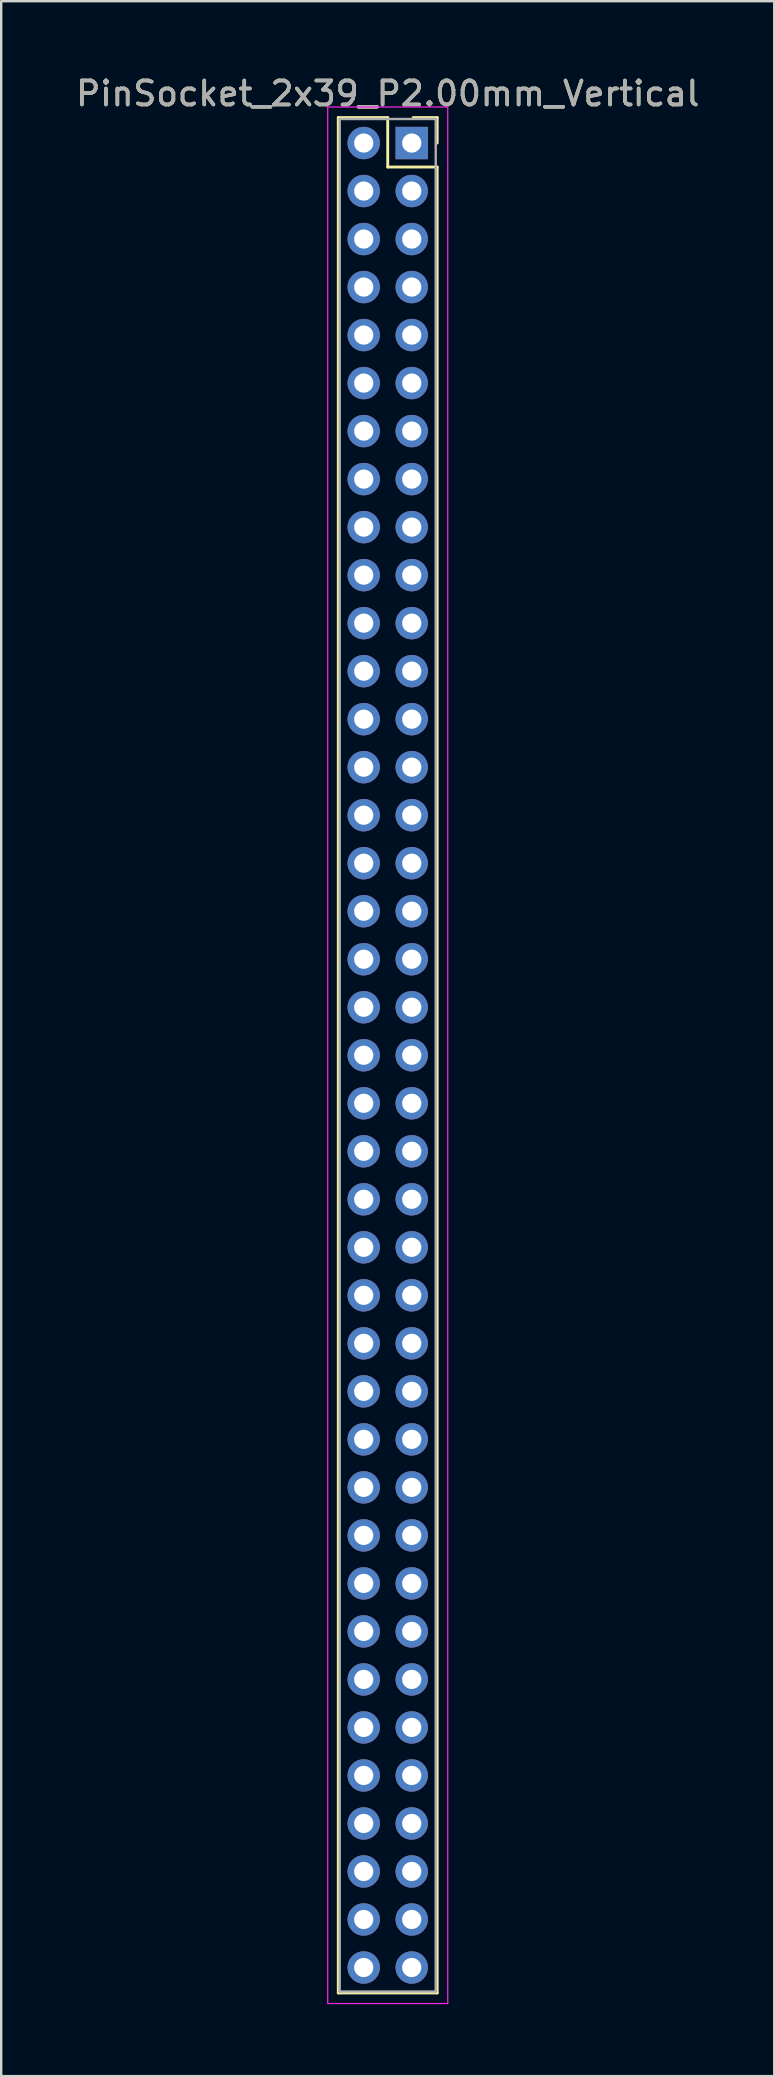
<source format=kicad_pcb>
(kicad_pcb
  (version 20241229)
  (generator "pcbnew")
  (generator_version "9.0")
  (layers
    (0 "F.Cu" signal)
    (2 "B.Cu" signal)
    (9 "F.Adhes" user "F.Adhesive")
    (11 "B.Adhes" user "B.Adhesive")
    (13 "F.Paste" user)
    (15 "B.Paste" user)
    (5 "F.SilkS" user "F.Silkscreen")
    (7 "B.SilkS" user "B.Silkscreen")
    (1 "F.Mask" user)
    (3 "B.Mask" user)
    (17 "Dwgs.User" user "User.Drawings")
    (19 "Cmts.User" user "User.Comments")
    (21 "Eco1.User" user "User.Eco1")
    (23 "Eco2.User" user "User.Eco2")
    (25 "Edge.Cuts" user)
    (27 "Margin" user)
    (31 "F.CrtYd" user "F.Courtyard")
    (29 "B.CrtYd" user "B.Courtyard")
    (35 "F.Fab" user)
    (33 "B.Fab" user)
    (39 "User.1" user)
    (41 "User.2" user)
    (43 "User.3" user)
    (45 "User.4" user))
  (footprint "PinSocket_2x39_P2.00mm_Vertical"
    (layer "F.Cu")
    (at 14.101 2.908)
    (property "Reference" "PinSocket_2x39_P2.00mm_Vertical" (at -1 -2.06 0) (layer "F.SilkS") (effects (font (size 1 1) (thickness 0.15))))
    (attr through_hole)
    (fp_line (start -3.06 -1.06) (end -1 -1.06) (stroke (width 0.12) (type solid)) (layer "F.SilkS"))
    (fp_line (start -3.06 77.06) (end -3.06 -1.06) (stroke (width 0.12) (type solid)) (layer "F.SilkS"))
    (fp_line (start -1 -1.06) (end -1 1) (stroke (width 0.12) (type solid)) (layer "F.SilkS"))
    (fp_line (start -1 1) (end 1.06 1) (stroke (width 0.12) (type solid)) (layer "F.SilkS"))
    (fp_line (start 1.06 -1.06) (end 0.06 -1.06) (stroke (width 0.12) (type solid)) (layer "F.SilkS"))
    (fp_line (start 1.06 0) (end 1.06 -1.06) (stroke (width 0.12) (type solid)) (layer "F.SilkS"))
    (fp_line (start 1.06 1) (end 1.06 77.06) (stroke (width 0.12) (type solid)) (layer "F.SilkS"))
    (fp_line (start 1.06 77.06) (end -3.06 77.06) (stroke (width 0.12) (type solid)) (layer "F.SilkS"))
    (fp_line (start -3.5 -1.5) (end -3.5 77.5) (stroke (width 0.05) (type solid)) (layer "F.CrtYd"))
    (fp_line (start -3.5 77.5) (end 1.5 77.5) (stroke (width 0.05) (type solid)) (layer "F.CrtYd"))
    (fp_line (start 1.5 -1.5) (end -3.5 -1.5) (stroke (width 0.05) (type solid)) (layer "F.CrtYd"))
    (fp_line (start 1.5 77.5) (end 1.5 -1.5) (stroke (width 0.05) (type solid)) (layer "F.CrtYd"))
    (fp_line (start -3 -1) (end -3 77) (stroke (width 0.1) (type solid)) (layer "F.Fab"))
    (fp_line (start -3 77) (end 1 77) (stroke (width 0.1) (type solid)) (layer "F.Fab"))
    (fp_line (start 1 -1) (end -3 -1) (stroke (width 0.1) (type solid)) (layer "F.Fab"))
    (fp_line (start 1 77) (end 1 -1) (stroke (width 0.1) (type solid)) (layer "F.Fab"))
    (fp_text user "${REFERENCE}" (at -1 -2.06 0) (layer "F.Fab") (effects (font (size 1 1) (thickness 0.15))))
    (pad "1" thru_hole rect (at 0 0) (size 1.35 1.35) (drill 0.8) (layers "*.Cu" "*.Mask"))
    (pad "2" thru_hole oval (at -2 0) (size 1.35 1.35) (drill 0.8) (layers "*.Cu" "*.Mask"))
    (pad "3" thru_hole oval (at 0 2) (size 1.35 1.35) (drill 0.8) (layers "*.Cu" "*.Mask"))
    (pad "4" thru_hole oval (at -2 2) (size 1.35 1.35) (drill 0.8) (layers "*.Cu" "*.Mask"))
    (pad "5" thru_hole oval (at 0 4) (size 1.35 1.35) (drill 0.8) (layers "*.Cu" "*.Mask"))
    (pad "6" thru_hole oval (at -2 4) (size 1.35 1.35) (drill 0.8) (layers "*.Cu" "*.Mask"))
    (pad "7" thru_hole oval (at 0 6) (size 1.35 1.35) (drill 0.8) (layers "*.Cu" "*.Mask"))
    (pad "8" thru_hole oval (at -2 6) (size 1.35 1.35) (drill 0.8) (layers "*.Cu" "*.Mask"))
    (pad "9" thru_hole oval (at 0 8) (size 1.35 1.35) (drill 0.8) (layers "*.Cu" "*.Mask"))
    (pad "10" thru_hole oval (at -2 8) (size 1.35 1.35) (drill 0.8) (layers "*.Cu" "*.Mask"))
    (pad "11" thru_hole oval (at 0 10) (size 1.35 1.35) (drill 0.8) (layers "*.Cu" "*.Mask"))
    (pad "12" thru_hole oval (at -2 10) (size 1.35 1.35) (drill 0.8) (layers "*.Cu" "*.Mask"))
    (pad "13" thru_hole oval (at 0 12) (size 1.35 1.35) (drill 0.8) (layers "*.Cu" "*.Mask"))
    (pad "14" thru_hole oval (at -2 12) (size 1.35 1.35) (drill 0.8) (layers "*.Cu" "*.Mask"))
    (pad "15" thru_hole oval (at 0 14) (size 1.35 1.35) (drill 0.8) (layers "*.Cu" "*.Mask"))
    (pad "16" thru_hole oval (at -2 14) (size 1.35 1.35) (drill 0.8) (layers "*.Cu" "*.Mask"))
    (pad "17" thru_hole oval (at 0 16) (size 1.35 1.35) (drill 0.8) (layers "*.Cu" "*.Mask"))
    (pad "18" thru_hole oval (at -2 16) (size 1.35 1.35) (drill 0.8) (layers "*.Cu" "*.Mask"))
    (pad "19" thru_hole oval (at 0 18) (size 1.35 1.35) (drill 0.8) (layers "*.Cu" "*.Mask"))
    (pad "20" thru_hole oval (at -2 18) (size 1.35 1.35) (drill 0.8) (layers "*.Cu" "*.Mask"))
    (pad "21" thru_hole oval (at 0 20) (size 1.35 1.35) (drill 0.8) (layers "*.Cu" "*.Mask"))
    (pad "22" thru_hole oval (at -2 20) (size 1.35 1.35) (drill 0.8) (layers "*.Cu" "*.Mask"))
    (pad "23" thru_hole oval (at 0 22) (size 1.35 1.35) (drill 0.8) (layers "*.Cu" "*.Mask"))
    (pad "24" thru_hole oval (at -2 22) (size 1.35 1.35) (drill 0.8) (layers "*.Cu" "*.Mask"))
    (pad "25" thru_hole oval (at 0 24) (size 1.35 1.35) (drill 0.8) (layers "*.Cu" "*.Mask"))
    (pad "26" thru_hole oval (at -2 24) (size 1.35 1.35) (drill 0.8) (layers "*.Cu" "*.Mask"))
    (pad "27" thru_hole oval (at 0 26) (size 1.35 1.35) (drill 0.8) (layers "*.Cu" "*.Mask"))
    (pad "28" thru_hole oval (at -2 26) (size 1.35 1.35) (drill 0.8) (layers "*.Cu" "*.Mask"))
    (pad "29" thru_hole oval (at 0 28) (size 1.35 1.35) (drill 0.8) (layers "*.Cu" "*.Mask"))
    (pad "30" thru_hole oval (at -2 28) (size 1.35 1.35) (drill 0.8) (layers "*.Cu" "*.Mask"))
    (pad "31" thru_hole oval (at 0 30) (size 1.35 1.35) (drill 0.8) (layers "*.Cu" "*.Mask"))
    (pad "32" thru_hole oval (at -2 30) (size 1.35 1.35) (drill 0.8) (layers "*.Cu" "*.Mask"))
    (pad "33" thru_hole oval (at 0 32) (size 1.35 1.35) (drill 0.8) (layers "*.Cu" "*.Mask"))
    (pad "34" thru_hole oval (at -2 32) (size 1.35 1.35) (drill 0.8) (layers "*.Cu" "*.Mask"))
    (pad "35" thru_hole oval (at 0 34) (size 1.35 1.35) (drill 0.8) (layers "*.Cu" "*.Mask"))
    (pad "36" thru_hole oval (at -2 34) (size 1.35 1.35) (drill 0.8) (layers "*.Cu" "*.Mask"))
    (pad "37" thru_hole oval (at 0 36) (size 1.35 1.35) (drill 0.8) (layers "*.Cu" "*.Mask"))
    (pad "38" thru_hole oval (at -2 36) (size 1.35 1.35) (drill 0.8) (layers "*.Cu" "*.Mask"))
    (pad "39" thru_hole oval (at 0 38) (size 1.35 1.35) (drill 0.8) (layers "*.Cu" "*.Mask"))
    (pad "40" thru_hole oval (at -2 38) (size 1.35 1.35) (drill 0.8) (layers "*.Cu" "*.Mask"))
    (pad "41" thru_hole oval (at 0 40) (size 1.35 1.35) (drill 0.8) (layers "*.Cu" "*.Mask"))
    (pad "42" thru_hole oval (at -2 40) (size 1.35 1.35) (drill 0.8) (layers "*.Cu" "*.Mask"))
    (pad "43" thru_hole oval (at 0 42) (size 1.35 1.35) (drill 0.8) (layers "*.Cu" "*.Mask"))
    (pad "44" thru_hole oval (at -2 42) (size 1.35 1.35) (drill 0.8) (layers "*.Cu" "*.Mask"))
    (pad "45" thru_hole oval (at 0 44) (size 1.35 1.35) (drill 0.8) (layers "*.Cu" "*.Mask"))
    (pad "46" thru_hole oval (at -2 44) (size 1.35 1.35) (drill 0.8) (layers "*.Cu" "*.Mask"))
    (pad "47" thru_hole oval (at 0 46) (size 1.35 1.35) (drill 0.8) (layers "*.Cu" "*.Mask"))
    (pad "48" thru_hole oval (at -2 46) (size 1.35 1.35) (drill 0.8) (layers "*.Cu" "*.Mask"))
    (pad "49" thru_hole oval (at 0 48) (size 1.35 1.35) (drill 0.8) (layers "*.Cu" "*.Mask"))
    (pad "50" thru_hole oval (at -2 48) (size 1.35 1.35) (drill 0.8) (layers "*.Cu" "*.Mask"))
    (pad "51" thru_hole oval (at 0 50) (size 1.35 1.35) (drill 0.8) (layers "*.Cu" "*.Mask"))
    (pad "52" thru_hole oval (at -2 50) (size 1.35 1.35) (drill 0.8) (layers "*.Cu" "*.Mask"))
    (pad "53" thru_hole oval (at 0 52) (size 1.35 1.35) (drill 0.8) (layers "*.Cu" "*.Mask"))
    (pad "54" thru_hole oval (at -2 52) (size 1.35 1.35) (drill 0.8) (layers "*.Cu" "*.Mask"))
    (pad "55" thru_hole oval (at 0 54) (size 1.35 1.35) (drill 0.8) (layers "*.Cu" "*.Mask"))
    (pad "56" thru_hole oval (at -2 54) (size 1.35 1.35) (drill 0.8) (layers "*.Cu" "*.Mask"))
    (pad "57" thru_hole oval (at 0 56) (size 1.35 1.35) (drill 0.8) (layers "*.Cu" "*.Mask"))
    (pad "58" thru_hole oval (at -2 56) (size 1.35 1.35) (drill 0.8) (layers "*.Cu" "*.Mask"))
    (pad "59" thru_hole oval (at 0 58) (size 1.35 1.35) (drill 0.8) (layers "*.Cu" "*.Mask"))
    (pad "60" thru_hole oval (at -2 58) (size 1.35 1.35) (drill 0.8) (layers "*.Cu" "*.Mask"))
    (pad "61" thru_hole oval (at 0 60) (size 1.35 1.35) (drill 0.8) (layers "*.Cu" "*.Mask"))
    (pad "62" thru_hole oval (at -2 60) (size 1.35 1.35) (drill 0.8) (layers "*.Cu" "*.Mask"))
    (pad "63" thru_hole oval (at 0 62) (size 1.35 1.35) (drill 0.8) (layers "*.Cu" "*.Mask"))
    (pad "64" thru_hole oval (at -2 62) (size 1.35 1.35) (drill 0.8) (layers "*.Cu" "*.Mask"))
    (pad "65" thru_hole oval (at 0 64) (size 1.35 1.35) (drill 0.8) (layers "*.Cu" "*.Mask"))
    (pad "66" thru_hole oval (at -2 64) (size 1.35 1.35) (drill 0.8) (layers "*.Cu" "*.Mask"))
    (pad "67" thru_hole oval (at 0 66) (size 1.35 1.35) (drill 0.8) (layers "*.Cu" "*.Mask"))
    (pad "68" thru_hole oval (at -2 66) (size 1.35 1.35) (drill 0.8) (layers "*.Cu" "*.Mask"))
    (pad "69" thru_hole oval (at 0 68) (size 1.35 1.35) (drill 0.8) (layers "*.Cu" "*.Mask"))
    (pad "70" thru_hole oval (at -2 68) (size 1.35 1.35) (drill 0.8) (layers "*.Cu" "*.Mask"))
    (pad "71" thru_hole oval (at 0 70) (size 1.35 1.35) (drill 0.8) (layers "*.Cu" "*.Mask"))
    (pad "72" thru_hole oval (at -2 70) (size 1.35 1.35) (drill 0.8) (layers "*.Cu" "*.Mask"))
    (pad "73" thru_hole oval (at 0 72) (size 1.35 1.35) (drill 0.8) (layers "*.Cu" "*.Mask"))
    (pad "74" thru_hole oval (at -2 72) (size 1.35 1.35) (drill 0.8) (layers "*.Cu" "*.Mask"))
    (pad "75" thru_hole oval (at 0 74) (size 1.35 1.35) (drill 0.8) (layers "*.Cu" "*.Mask"))
    (pad "76" thru_hole oval (at -2 74) (size 1.35 1.35) (drill 0.8) (layers "*.Cu" "*.Mask"))
    (pad "77" thru_hole oval (at 0 76) (size 1.35 1.35) (drill 0.8) (layers "*.Cu" "*.Mask"))
    (pad "78" thru_hole oval (at -2 76) (size 1.35 1.35) (drill 0.8) (layers "*.Cu" "*.Mask")))
  (gr_rect
    (start -3 -3)
    (end 29.202 83.433)
    (stroke (width 0.1) (type default))
    (fill no)
    (layer "Edge.Cuts")))
</source>
